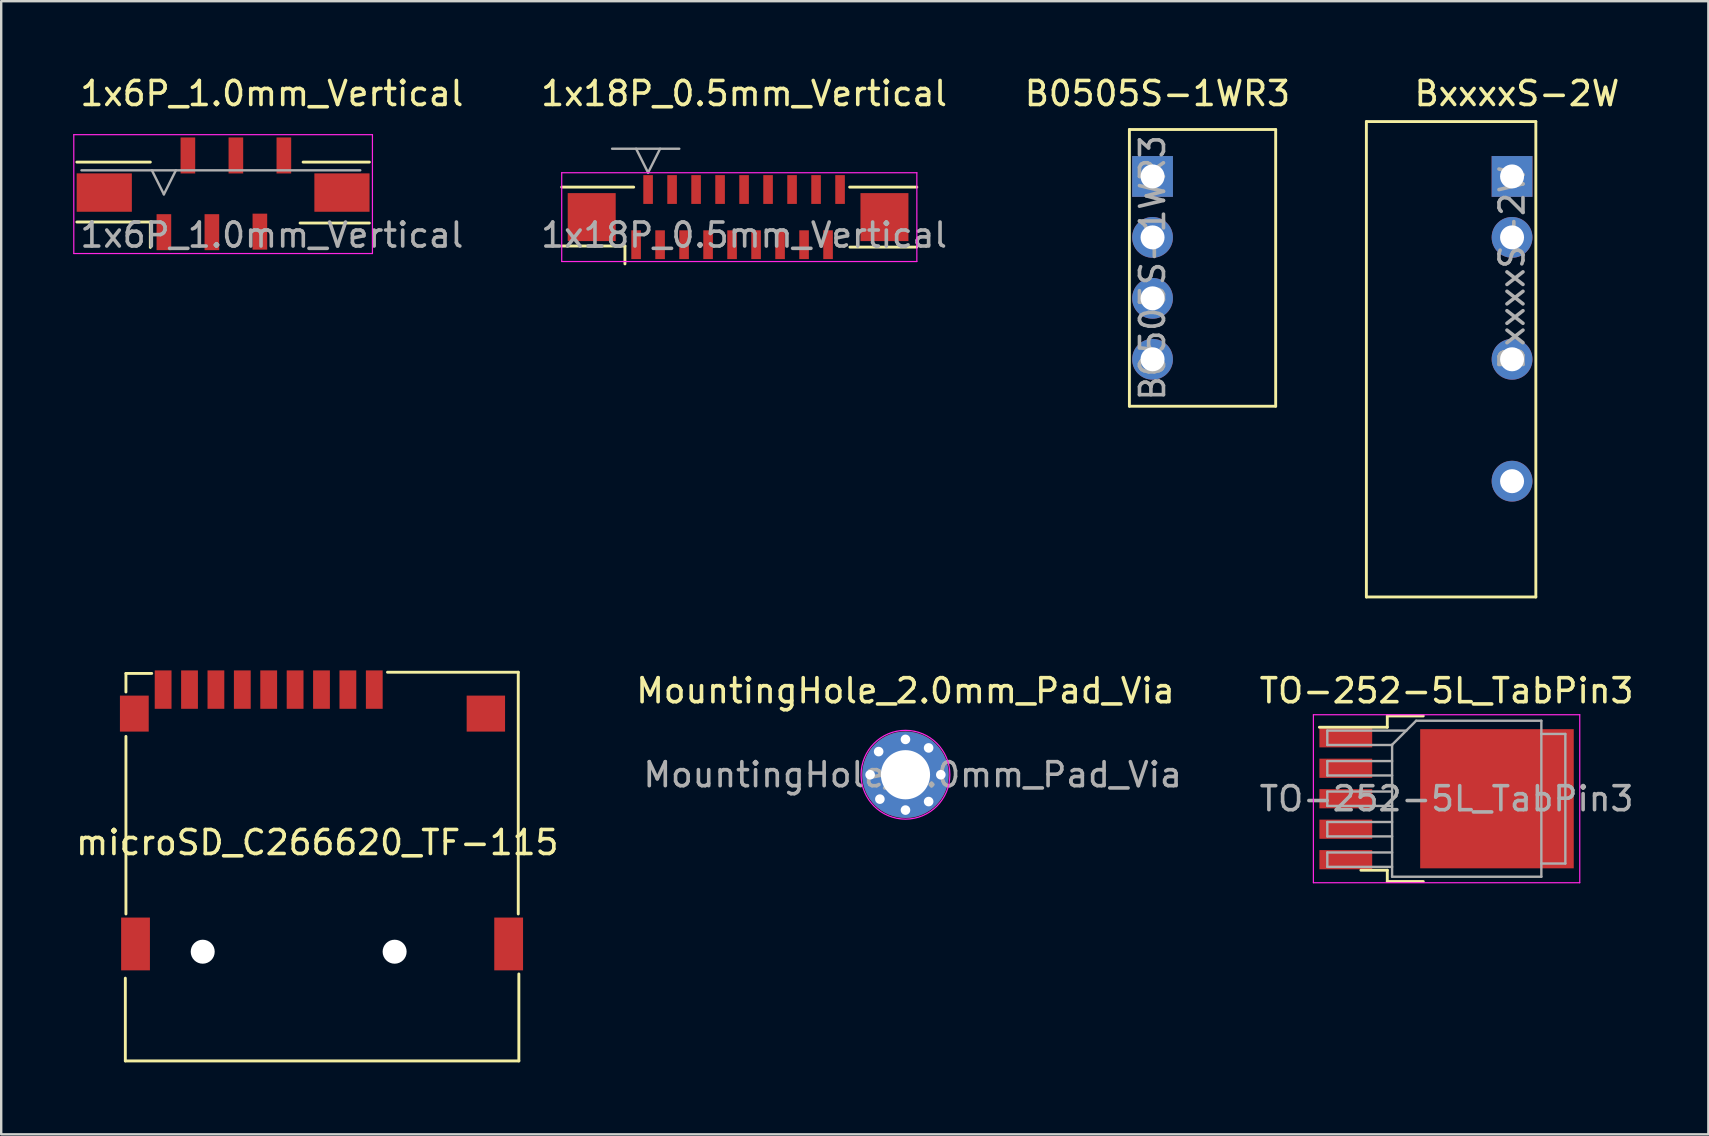
<source format=kicad_pcb>
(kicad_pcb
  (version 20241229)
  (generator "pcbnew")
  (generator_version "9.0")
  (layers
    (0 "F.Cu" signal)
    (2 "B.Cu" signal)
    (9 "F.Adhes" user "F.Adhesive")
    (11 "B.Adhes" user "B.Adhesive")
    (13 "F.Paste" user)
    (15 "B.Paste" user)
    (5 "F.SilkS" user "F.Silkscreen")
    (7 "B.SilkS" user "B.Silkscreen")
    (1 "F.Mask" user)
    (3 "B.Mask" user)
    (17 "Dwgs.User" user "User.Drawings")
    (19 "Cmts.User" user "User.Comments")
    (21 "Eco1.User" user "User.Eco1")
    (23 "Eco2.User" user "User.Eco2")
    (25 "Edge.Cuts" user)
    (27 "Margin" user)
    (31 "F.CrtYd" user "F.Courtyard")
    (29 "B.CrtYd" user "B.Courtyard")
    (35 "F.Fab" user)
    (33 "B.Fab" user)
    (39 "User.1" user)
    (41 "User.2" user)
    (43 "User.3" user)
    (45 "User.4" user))
  (footprint "MountingHole_2.0mm_Pad_Via"
    (layer "F.Cu")
    (at 34.685 29.237)
    (property "Reference" "MountingHole_2.0mm_Pad_Via" (at 0 -3.5 0) (layer "F.SilkS") (effects (font (size 1 1) (thickness 0.15))))
    (attr exclude_from_pos_files exclude_from_bom)
    (fp_circle (center 0 0) (end 1.85 0) (stroke (width 0.05) (type solid)) (fill no) (layer "F.CrtYd"))
    (fp_text user "${REFERENCE}" (at 0.3 0 0) (layer "F.Fab") (effects (font (size 1 1) (thickness 0.15))))
    (pad "1" thru_hole circle (at -1.473 0) (size 0.6 0.6) (drill 0.4) (layers "*.Cu" "*.Mask"))
    (pad "1" thru_hole circle (at -1.118 -0.965) (size 0.6 0.6) (drill 0.4) (layers "*.Cu" "*.Mask"))
    (pad "1" thru_hole circle (at -1.067 1.016) (size 0.6 0.6) (drill 0.4) (layers "*.Cu" "*.Mask"))
    (pad "1" thru_hole circle (at 0 -1.473) (size 0.6 0.6) (drill 0.4) (layers "*.Cu" "*.Mask"))
    (pad "1" thru_hole circle (at 0 0) (size 3.6 3.6) (drill 2.05) (layers "*.Cu" "*.Mask"))
    (pad "1" thru_hole circle (at 0 1.473) (size 0.6 0.6) (drill 0.4) (layers "*.Cu" "*.Mask"))
    (pad "1" thru_hole circle (at 0.965 -1.118) (size 0.6 0.6) (drill 0.4) (layers "*.Cu" "*.Mask"))
    (pad "1" thru_hole circle (at 0.965 1.118) (size 0.6 0.6) (drill 0.4) (layers "*.Cu" "*.Mask"))
    (pad "1" thru_hole circle (at 1.473 0) (size 0.6 0.6) (drill 0.4) (layers "*.Cu" "*.Mask")))
  (footprint "1x6P_1.0mm_Vertical"
    (layer "F.Cu")
    (at 8.28 4.848)
    (property "Reference" "1x6P_1.0mm_Vertical" (at 0 -4 0) (layer "F.SilkS") (effects (font (size 1 1) (thickness 0.15))))
    (attr smd)
    (fp_line (start -8.128 -1.143) (end -5.065 -1.143) (stroke (width 0.12) (type solid)) (layer "F.SilkS"))
    (fp_line (start -8.128 1.354) (end -5.065 1.354) (stroke (width 0.12) (type solid)) (layer "F.SilkS"))
    (fp_line (start -5.065 2.413) (end -5.065 1.354) (stroke (width 0.12) (type solid)) (layer "F.SilkS"))
    (fp_line (start 1.175 1.397) (end 4.064 1.397) (stroke (width 0.12) (type solid)) (layer "F.SilkS"))
    (fp_line (start 1.302 -1.143) (end 4.064 -1.143) (stroke (width 0.12) (type solid)) (layer "F.SilkS"))
    (fp_line (start -8.255 -2.286) (end -8.255 2.667) (stroke (width 0.05) (type solid)) (layer "F.CrtYd"))
    (fp_line (start -8.255 2.667) (end 4.191 2.667) (stroke (width 0.05) (type solid)) (layer "F.CrtYd"))
    (fp_line (start 4.191 -2.286) (end -8.255 -2.286) (stroke (width 0.05) (type solid)) (layer "F.CrtYd"))
    (fp_line (start 4.191 2.667) (end 4.191 -2.286) (stroke (width 0.05) (type solid)) (layer "F.CrtYd"))
    (fp_line (start -7.935 -0.8) (end 3.683 -0.8) (stroke (width 0.1) (type solid)) (layer "F.Fab"))
    (fp_line (start -5 -0.8) (end -4.5 0.2) (stroke (width 0.1) (type solid)) (layer "F.Fab"))
    (fp_line (start -4.5 0.2) (end -4 -0.8) (stroke (width 0.1) (type solid)) (layer "F.Fab"))
    (fp_text user "${REFERENCE}" (at 0 1.9 0) (layer "F.Fab") (effects (font (size 1 1) (thickness 0.15))))
    (pad "1" smd rect (at -4.5 1.778) (size 0.61 1.5) (layers "F.Cu" "F.Mask" "F.Paste"))
    (pad "2" smd rect (at -3.5 -1.419) (size 0.61 1.5) (layers "F.Cu" "F.Mask" "F.Paste"))
    (pad "3" smd rect (at -2.5 1.778) (size 0.61 1.5) (layers "F.Cu" "F.Mask" "F.Paste"))
    (pad "4" smd rect (at -1.5 -1.419) (size 0.61 1.5) (layers "F.Cu" "F.Mask" "F.Paste"))
    (pad "5" smd rect (at -0.5 1.756) (size 0.61 1.5) (layers "F.Cu" "F.Mask" "F.Paste"))
    (pad "6" smd rect (at 0.5 -1.419) (size 0.61 1.5) (layers "F.Cu" "F.Mask" "F.Paste"))
    (pad "MP" smd rect (at -6.985 0.127) (size 2.3 1.6) (layers "F.Cu" "F.Mask" "F.Paste"))
    (pad "MP" smd rect (at 2.921 0.127) (size 2.3 1.6) (layers "F.Cu" "F.Mask" "F.Paste")))
  (footprint "1x18P_0.5mm_Vertical"
    (layer "F.Cu")
    (at 27.959 4.848)
    (property "Reference" "1x18P_0.5mm_Vertical" (at 0 -4 0) (layer "F.SilkS") (effects (font (size 1 1) (thickness 0.15))))
    (attr smd)
    (fp_line (start -7.6 -0.1) (end -4.6 -0.1) (stroke (width 0.12) (type solid)) (layer "F.SilkS"))
    (fp_line (start -7.6 2.354) (end -4.965 2.354) (stroke (width 0.12) (type solid)) (layer "F.SilkS"))
    (fp_line (start -4.965 3.1) (end -4.965 2.354) (stroke (width 0.12) (type solid)) (layer "F.SilkS"))
    (fp_line (start 4.4 -0.1) (end 7.2 -0.1) (stroke (width 0.12) (type solid)) (layer "F.SilkS"))
    (fp_line (start 4.41 2.4) (end 7.2 2.4) (stroke (width 0.12) (type solid)) (layer "F.SilkS"))
    (fp_line (start -7.6 -0.7) (end -7.6 3) (stroke (width 0.05) (type solid)) (layer "F.CrtYd"))
    (fp_line (start -7.6 3) (end 7.2 3) (stroke (width 0.05) (type solid)) (layer "F.CrtYd"))
    (fp_line (start 7.2 -0.7) (end -7.6 -0.7) (stroke (width 0.05) (type solid)) (layer "F.CrtYd"))
    (fp_line (start 7.2 3) (end 7.2 -0.7) (stroke (width 0.05) (type solid)) (layer "F.CrtYd"))
    (fp_line (start -5.5 -1.7) (end -2.7 -1.7) (stroke (width 0.1) (type solid)) (layer "F.Fab"))
    (fp_line (start -4.5 -1.7) (end -4 -0.7) (stroke (width 0.1) (type solid)) (layer "F.Fab"))
    (fp_line (start -4 -0.7) (end -3.5 -1.7) (stroke (width 0.1) (type solid)) (layer "F.Fab"))
    (fp_text user "${REFERENCE}" (at 0 1.9 0) (layer "F.Fab") (effects (font (size 1 1) (thickness 0.15))))
    (pad "1" smd rect (at -4.5 2.3) (size 0.4 1.2) (layers "F.Cu" "F.Mask" "F.Paste"))
    (pad "2" smd rect (at -4 0) (size 0.4 1.2) (layers "F.Cu" "F.Mask" "F.Paste"))
    (pad "3" smd rect (at -3.5 2.3) (size 0.4 1.2) (layers "F.Cu" "F.Mask" "F.Paste"))
    (pad "4" smd rect (at -3 0) (size 0.4 1.2) (layers "F.Cu" "F.Mask" "F.Paste"))
    (pad "5" smd rect (at -2.5 2.3) (size 0.4 1.2) (layers "F.Cu" "F.Mask" "F.Paste"))
    (pad "6" smd rect (at -2 0) (size 0.4 1.2) (layers "F.Cu" "F.Mask" "F.Paste"))
    (pad "7" smd rect (at -1.5 2.3) (size 0.4 1.2) (layers "F.Cu" "F.Mask" "F.Paste"))
    (pad "8" smd rect (at -1 0) (size 0.4 1.2) (layers "F.Cu" "F.Mask" "F.Paste"))
    (pad "9" smd rect (at -0.5 2.3) (size 0.4 1.2) (layers "F.Cu" "F.Mask" "F.Paste"))
    (pad "10" smd rect (at 0 0) (size 0.4 1.2) (layers "F.Cu" "F.Mask" "F.Paste"))
    (pad "11" smd rect (at 0.5 2.3) (size 0.4 1.2) (layers "F.Cu" "F.Mask" "F.Paste"))
    (pad "12" smd rect (at 1 0) (size 0.4 1.2) (layers "F.Cu" "F.Mask" "F.Paste"))
    (pad "13" smd rect (at 1.5 2.3) (size 0.4 1.2) (layers "F.Cu" "F.Mask" "F.Paste"))
    (pad "14" smd rect (at 2 0) (size 0.4 1.2) (layers "F.Cu" "F.Mask" "F.Paste"))
    (pad "15" smd rect (at 2.5 2.3) (size 0.4 1.2) (layers "F.Cu" "F.Mask" "F.Paste"))
    (pad "16" smd rect (at 3 0) (size 0.4 1.2) (layers "F.Cu" "F.Mask" "F.Paste"))
    (pad "17" smd rect (at 3.5 2.3) (size 0.4 1.2) (layers "F.Cu" "F.Mask" "F.Paste"))
    (pad "18" smd rect (at 4 0) (size 0.4 1.2) (layers "F.Cu" "F.Mask" "F.Paste"))
    (pad "MP" smd rect (at -6.35 1.15) (size 2 2) (layers "F.Cu" "F.Mask" "F.Paste"))
    (pad "MP" smd rect (at 5.85 1.15) (size 2 2) (layers "F.Cu" "F.Mask" "F.Paste")))
  (footprint "TO-252-5L_TabPin3"
    (layer "F.Cu")
    (at 57.235 30.237)
    (property "Reference" "TO-252-5L_TabPin3" (at 0 -4.5 0) (layer "F.SilkS") (effects (font (size 1 1) (thickness 0.15))))
    (attr smd)
    (fp_line (start -2.47 -3.45) (end -2.47 -2.98) (stroke (width 0.12) (type solid)) (layer "F.SilkS"))
    (fp_line (start -2.47 -2.98) (end -5.3 -2.98) (stroke (width 0.12) (type solid)) (layer "F.SilkS"))
    (fp_line (start -2.47 2.98) (end -3.57 2.98) (stroke (width 0.12) (type solid)) (layer "F.SilkS"))
    (fp_line (start -2.47 3.45) (end -2.47 2.98) (stroke (width 0.12) (type solid)) (layer "F.SilkS"))
    (fp_line (start -0.97 -3.45) (end -2.47 -3.45) (stroke (width 0.12) (type solid)) (layer "F.SilkS"))
    (fp_line (start -0.97 3.45) (end -2.47 3.45) (stroke (width 0.12) (type solid)) (layer "F.SilkS"))
    (fp_line (start -5.55 -3.5) (end -5.55 3.5) (stroke (width 0.05) (type solid)) (layer "F.CrtYd"))
    (fp_line (start -5.55 3.5) (end 5.55 3.5) (stroke (width 0.05) (type solid)) (layer "F.CrtYd"))
    (fp_line (start 5.55 -3.5) (end -5.55 -3.5) (stroke (width 0.05) (type solid)) (layer "F.CrtYd"))
    (fp_line (start 5.55 3.5) (end 5.55 -3.5) (stroke (width 0.05) (type solid)) (layer "F.CrtYd"))
    (fp_line (start -4.97 -2.84) (end -4.97 -2.24) (stroke (width 0.1) (type solid)) (layer "F.Fab"))
    (fp_line (start -4.97 -2.24) (end -2.27 -2.24) (stroke (width 0.1) (type solid)) (layer "F.Fab"))
    (fp_line (start -4.97 -1.57) (end -4.97 -0.97) (stroke (width 0.1) (type solid)) (layer "F.Fab"))
    (fp_line (start -4.97 -0.97) (end -2.27 -0.97) (stroke (width 0.1) (type solid)) (layer "F.Fab"))
    (fp_line (start -4.97 -0.3) (end -4.97 0.3) (stroke (width 0.1) (type solid)) (layer "F.Fab"))
    (fp_line (start -4.97 0.3) (end -2.27 0.3) (stroke (width 0.1) (type solid)) (layer "F.Fab"))
    (fp_line (start -4.97 0.97) (end -4.97 1.57) (stroke (width 0.1) (type solid)) (layer "F.Fab"))
    (fp_line (start -4.97 1.57) (end -2.27 1.57) (stroke (width 0.1) (type solid)) (layer "F.Fab"))
    (fp_line (start -4.97 2.24) (end -4.97 2.84) (stroke (width 0.1) (type solid)) (layer "F.Fab"))
    (fp_line (start -4.97 2.84) (end -2.27 2.84) (stroke (width 0.1) (type solid)) (layer "F.Fab"))
    (fp_line (start -2.27 -2.25) (end -1.27 -3.25) (stroke (width 0.1) (type solid)) (layer "F.Fab"))
    (fp_line (start -2.27 -1.57) (end -4.97 -1.57) (stroke (width 0.1) (type solid)) (layer "F.Fab"))
    (fp_line (start -2.27 -0.3) (end -4.97 -0.3) (stroke (width 0.1) (type solid)) (layer "F.Fab"))
    (fp_line (start -2.27 0.97) (end -4.97 0.97) (stroke (width 0.1) (type solid)) (layer "F.Fab"))
    (fp_line (start -2.27 2.24) (end -4.97 2.24) (stroke (width 0.1) (type solid)) (layer "F.Fab"))
    (fp_line (start -2.27 3.25) (end -2.27 -2.25) (stroke (width 0.1) (type solid)) (layer "F.Fab"))
    (fp_line (start -1.676 -2.84) (end -4.97 -2.84) (stroke (width 0.1) (type solid)) (layer "F.Fab"))
    (fp_line (start -1.27 -3.25) (end 3.95 -3.25) (stroke (width 0.1) (type solid)) (layer "F.Fab"))
    (fp_line (start 3.95 -3.25) (end 3.95 3.25) (stroke (width 0.1) (type solid)) (layer "F.Fab"))
    (fp_line (start 3.95 -2.7) (end 4.95 -2.7) (stroke (width 0.1) (type solid)) (layer "F.Fab"))
    (fp_line (start 3.95 3.25) (end -2.27 3.25) (stroke (width 0.1) (type solid)) (layer "F.Fab"))
    (fp_line (start 4.95 -2.7) (end 4.95 2.7) (stroke (width 0.1) (type solid)) (layer "F.Fab"))
    (fp_line (start 4.95 2.7) (end 3.95 2.7) (stroke (width 0.1) (type solid)) (layer "F.Fab"))
    (fp_text user "${REFERENCE}" (at 0 0 0) (layer "F.Fab") (effects (font (size 1 1) (thickness 0.15))))
    (pad "" smd rect (at 0.425 -1.525) (size 3.05 2.75) (layers "F.Paste"))
    (pad "" smd rect (at 0.425 1.525) (size 3.05 2.75) (layers "F.Paste"))
    (pad "" smd rect (at 3.775 -1.525) (size 3.05 2.75) (layers "F.Paste"))
    (pad "" smd rect (at 3.775 1.525) (size 3.05 2.75) (layers "F.Paste"))
    (pad "1" smd rect (at -4.2 -2.54) (size 2.2 0.8) (layers "F.Cu" "F.Mask" "F.Paste"))
    (pad "2" smd rect (at -4.2 -1.27) (size 2.2 0.8) (layers "F.Cu" "F.Mask" "F.Paste"))
    (pad "3" smd rect (at -4.2 0) (size 2.2 0.8) (layers "F.Cu" "F.Mask" "F.Paste"))
    (pad "3" smd rect (at 2.1 0) (size 6.4 5.8) (layers "F.Cu" "F.Mask"))
    (pad "4" smd rect (at -4.2 1.27) (size 2.2 0.8) (layers "F.Cu" "F.Mask" "F.Paste"))
    (pad "5" smd rect (at -4.2 2.54) (size 2.2 0.8) (layers "F.Cu" "F.Mask" "F.Paste")))
  (footprint "microSD_C266620_TF-115"
    (layer "F.Cu")
    (at 10.348 36.714)
    (property "Reference" "microSD_C266620_TF-115" (at -0.175 -4.65 180) (layer "F.SilkS") (effects (font (size 1 1) (thickness 0.15))))
    (attr smd)
    (fp_line (start -8.175 4.45) (end -8.175 1) (stroke (width 0.12) (type solid)) (layer "F.SilkS"))
    (fp_line (start -8.15 -11.7) (end -8.15 -10.925) (stroke (width 0.12) (type solid)) (layer "F.SilkS"))
    (fp_line (start -8.15 -1.675) (end -8.15 -9.075) (stroke (width 0.12) (type solid)) (layer "F.SilkS"))
    (fp_line (start -7.075 -11.7) (end -8.15 -11.7) (stroke (width 0.12) (type solid)) (layer "F.SilkS"))
    (fp_line (start 8.2 -11.75) (end 2.75 -11.75) (stroke (width 0.12) (type solid)) (layer "F.SilkS"))
    (fp_line (start 8.2 -1.675) (end 8.2 -11.75) (stroke (width 0.12) (type solid)) (layer "F.SilkS"))
    (fp_line (start 8.225 4.45) (end -8.175 4.45) (stroke (width 0.12) (type solid)) (layer "F.SilkS"))
    (fp_line (start 8.225 4.45) (end 8.225 0.825) (stroke (width 0.12) (type solid)) (layer "F.SilkS"))
    (pad "" np_thru_hole circle (at -4.95 -0.102 180) (size 1 1) (drill 1) (layers "*.Cu" "*.Mask"))
    (pad "" np_thru_hole circle (at 3.048 -0.102 180) (size 1 1) (drill 1) (layers "*.Cu" "*.Mask"))
    (pad "1" smd rect (at 2.2 -11.025 180) (size 0.7 1.6) (layers "F.Cu" "F.Mask" "F.Paste"))
    (pad "2" smd rect (at 1.1 -11.025 180) (size 0.7 1.6) (layers "F.Cu" "F.Mask" "F.Paste"))
    (pad "3" smd rect (at 0 -11.025 180) (size 0.7 1.6) (layers "F.Cu" "F.Mask" "F.Paste"))
    (pad "4" smd rect (at -1.1 -11.025 180) (size 0.7 1.6) (layers "F.Cu" "F.Mask" "F.Paste"))
    (pad "5" smd rect (at -2.2 -11.025 180) (size 0.7 1.6) (layers "F.Cu" "F.Mask" "F.Paste"))
    (pad "6" smd rect (at -3.3 -11.025 180) (size 0.7 1.6) (layers "F.Cu" "F.Mask" "F.Paste"))
    (pad "7" smd rect (at -4.4 -11.025 180) (size 0.7 1.6) (layers "F.Cu" "F.Mask" "F.Paste"))
    (pad "8" smd rect (at -5.5 -11.025 180) (size 0.7 1.6) (layers "F.Cu" "F.Mask" "F.Paste"))
    (pad "9" smd rect (at -7.8 -10.025 180) (size 1.2 1.5) (layers "F.Cu" "F.Mask" "F.Paste"))
    (pad "9" smd rect (at -7.75 -0.425 180) (size 1.2 2.2) (layers "F.Cu" "F.Mask" "F.Paste"))
    (pad "9" smd rect (at 6.85 -10.025 180) (size 1.6 1.5) (layers "F.Cu" "F.Mask" "F.Paste"))
    (pad "9" smd rect (at 7.8 -0.425 180) (size 1.2 2.2) (layers "F.Cu" "F.Mask" "F.Paste"))
    (pad "DET" smd rect (at -6.6 -11.025 180) (size 0.7 1.6) (layers "F.Cu" "F.Mask" "F.Paste")))
  (footprint "BxxxxS-2W"
    (layer "F.Cu")
    (at 59.964 4.303)
    (property "Reference" "BxxxxS-2W" (at 0.203 -3.454 0) (layer "F.SilkS") (effects (font (size 1 1) (thickness 0.15))))
    (attr through_hole)
    (fp_line (start -6.071 -2.286) (end -6.071 17.526) (stroke (width 0.12) (type solid)) (layer "F.SilkS"))
    (fp_line (start -6.071 17.526) (end 0.991 17.526) (stroke (width 0.12) (type solid)) (layer "F.SilkS"))
    (fp_line (start 0.991 -2.286) (end -6.071 -2.286) (stroke (width 0.12) (type solid)) (layer "F.SilkS"))
    (fp_line (start 0.991 17.526) (end 0.991 -2.286) (stroke (width 0.12) (type solid)) (layer "F.SilkS"))
    (fp_text user "${REFERENCE}" (at 0 3.81 90) (layer "F.Fab") (effects (font (size 1 1) (thickness 0.15))))
    (pad "1" thru_hole rect (at 0 0) (size 1.7 1.7) (drill 1) (layers "*.Cu" "*.Mask"))
    (pad "2" thru_hole oval (at 0 2.54) (size 1.7 1.7) (drill 1) (layers "*.Cu" "*.Mask"))
    (pad "4" thru_hole oval (at 0 7.62) (size 1.7 1.7) (drill 1) (layers "*.Cu" "*.Mask"))
    (pad "6" thru_hole oval (at 0 12.7) (size 1.7 1.7) (drill 1) (layers "*.Cu" "*.Mask")))
  (footprint "B0505S-1WR3"
    (layer "F.Cu")
    (at 44.982 4.303)
    (property "Reference" "B0505S-1WR3" (at 0.203 -3.454 0) (layer "F.SilkS") (effects (font (size 1 1) (thickness 0.15))))
    (attr through_hole)
    (fp_line (start -0.965 -1.956) (end -0.965 9.576) (stroke (width 0.12) (type solid)) (layer "F.SilkS"))
    (fp_line (start -0.965 9.576) (end 5.131 9.576) (stroke (width 0.12) (type solid)) (layer "F.SilkS"))
    (fp_line (start 5.131 -1.956) (end -0.965 -1.956) (stroke (width 0.12) (type solid)) (layer "F.SilkS"))
    (fp_line (start 5.131 9.576) (end 5.131 -1.956) (stroke (width 0.12) (type solid)) (layer "F.SilkS"))
    (fp_text user "${REFERENCE}" (at 0 3.81 90) (layer "F.Fab") (effects (font (size 1 1) (thickness 0.15))))
    (pad "1" thru_hole rect (at 0 0) (size 1.7 1.7) (drill 1) (layers "*.Cu" "*.Mask"))
    (pad "2" thru_hole oval (at 0 2.54) (size 1.7 1.7) (drill 1) (layers "*.Cu" "*.Mask"))
    (pad "3" thru_hole oval (at 0 5.08) (size 1.7 1.7) (drill 1) (layers "*.Cu" "*.Mask"))
    (pad "4" thru_hole oval (at 0 7.62) (size 1.7 1.7) (drill 1) (layers "*.Cu" "*.Mask")))
  (gr_rect
    (start -3 -3)
    (end 68.145 44.224)
    (stroke (width 0.1) (type default))
    (fill no)
    (layer "Edge.Cuts")))
</source>
